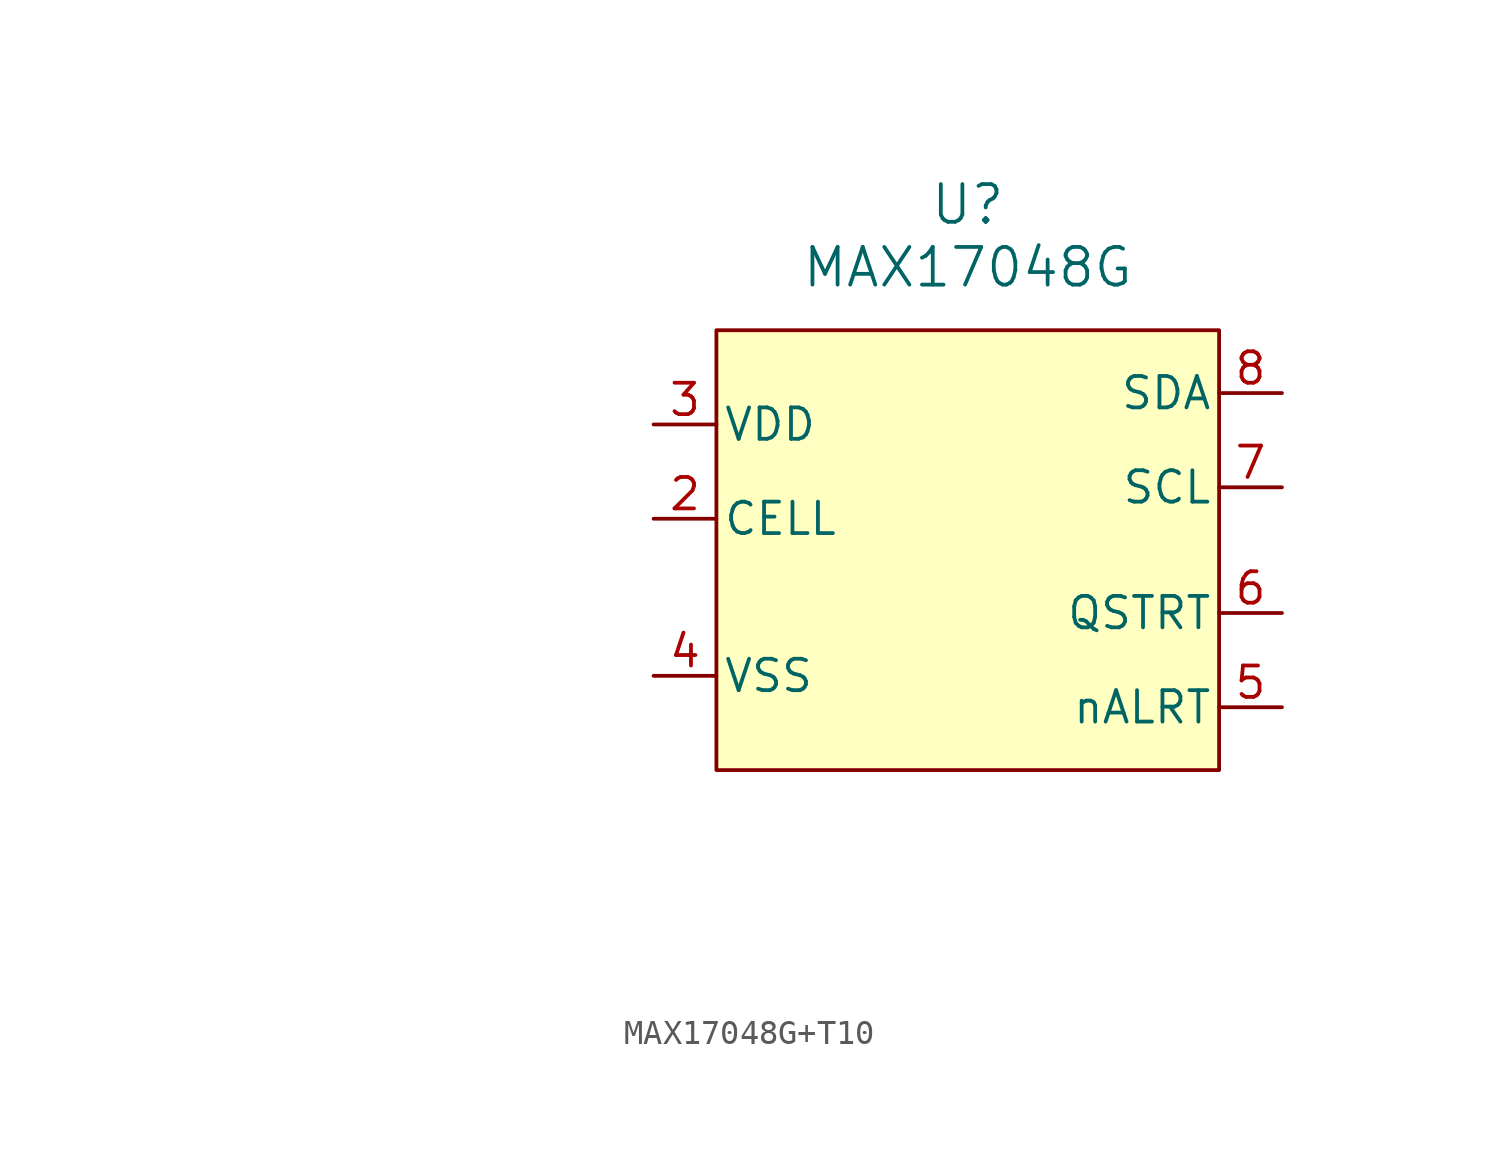
<source format=kicad_sym>
(kicad_symbol_lib
  (version 20220914)
  (generator kicad_symbol_editor)
  (symbol "MAX17048G+T10"
    (pin_names
      (offset 0.254))
    (property "Reference" "U"
      (at 0 13.97 0)
      (effects (font (size 1.524 1.524))))
    (property "Value" "MAX17048G"
      (at 0 11.43 0)
      (effects (font (size 1.524 1.524))))
    (property "Datasheet" ""
      (at -30.48 -15.24 0)
      (effects (font (size 1.524 1.524))))
    (symbol "MAX17048G+T10_0_1"
      (rectangle (start -10.16 8.89) (end 10.16 -8.89) (stroke (width 0) (type default)) (fill (type background))))
    (symbol "MAX17048G+T10_1_1"
      (pin power_in line (at -12.7 -5.08 0) (length 2.54) hide (name "CTG" (effects (font (size 1.27 1.27)))) (number "1" (effects (font (size 1.27 1.27)))))
      (pin power_in line (at -12.7 1.27 0) (length 2.54) (name "CELL" (effects (font (size 1.27 1.27)))) (number "2" (effects (font (size 1.27 1.27)))))
      (pin power_in line (at -12.7 5.08 0) (length 2.54) (name "VDD" (effects (font (size 1.27 1.27)))) (number "3" (effects (font (size 1.27 1.27)))))
      (pin power_in line (at -12.7 -5.08 0) (length 2.54) (name "VSS" (effects (font (size 1.27 1.27)))) (number "4" (effects (font (size 1.27 1.27)))))
      (pin unspecified line (at 12.7 -6.35 180) (length 2.54) (name "nALRT" (effects (font (size 1.27 1.27)))) (number "5" (effects (font (size 1.27 1.27)))))
      (pin unspecified line (at 12.7 -2.54 180) (length 2.54) (name "QSTRT" (effects (font (size 1.27 1.27)))) (number "6" (effects (font (size 1.27 1.27)))))
      (pin input line (at 12.7 2.54 180) (length 2.54) (name "SCL" (effects (font (size 1.27 1.27)))) (number "7" (effects (font (size 1.27 1.27)))))
      (pin bidirectional line (at 12.7 6.35 180) (length 2.54) (name "SDA" (effects (font (size 1.27 1.27)))) (number "8" (effects (font (size 1.27 1.27)))))
      (pin power_in line (at -12.7 -5.08 0) (length 2.54) hide (name "PAD" (effects (font (size 1.27 1.27)))) (number "9" (effects (font (size 1.27 1.27))))))))
</source>
